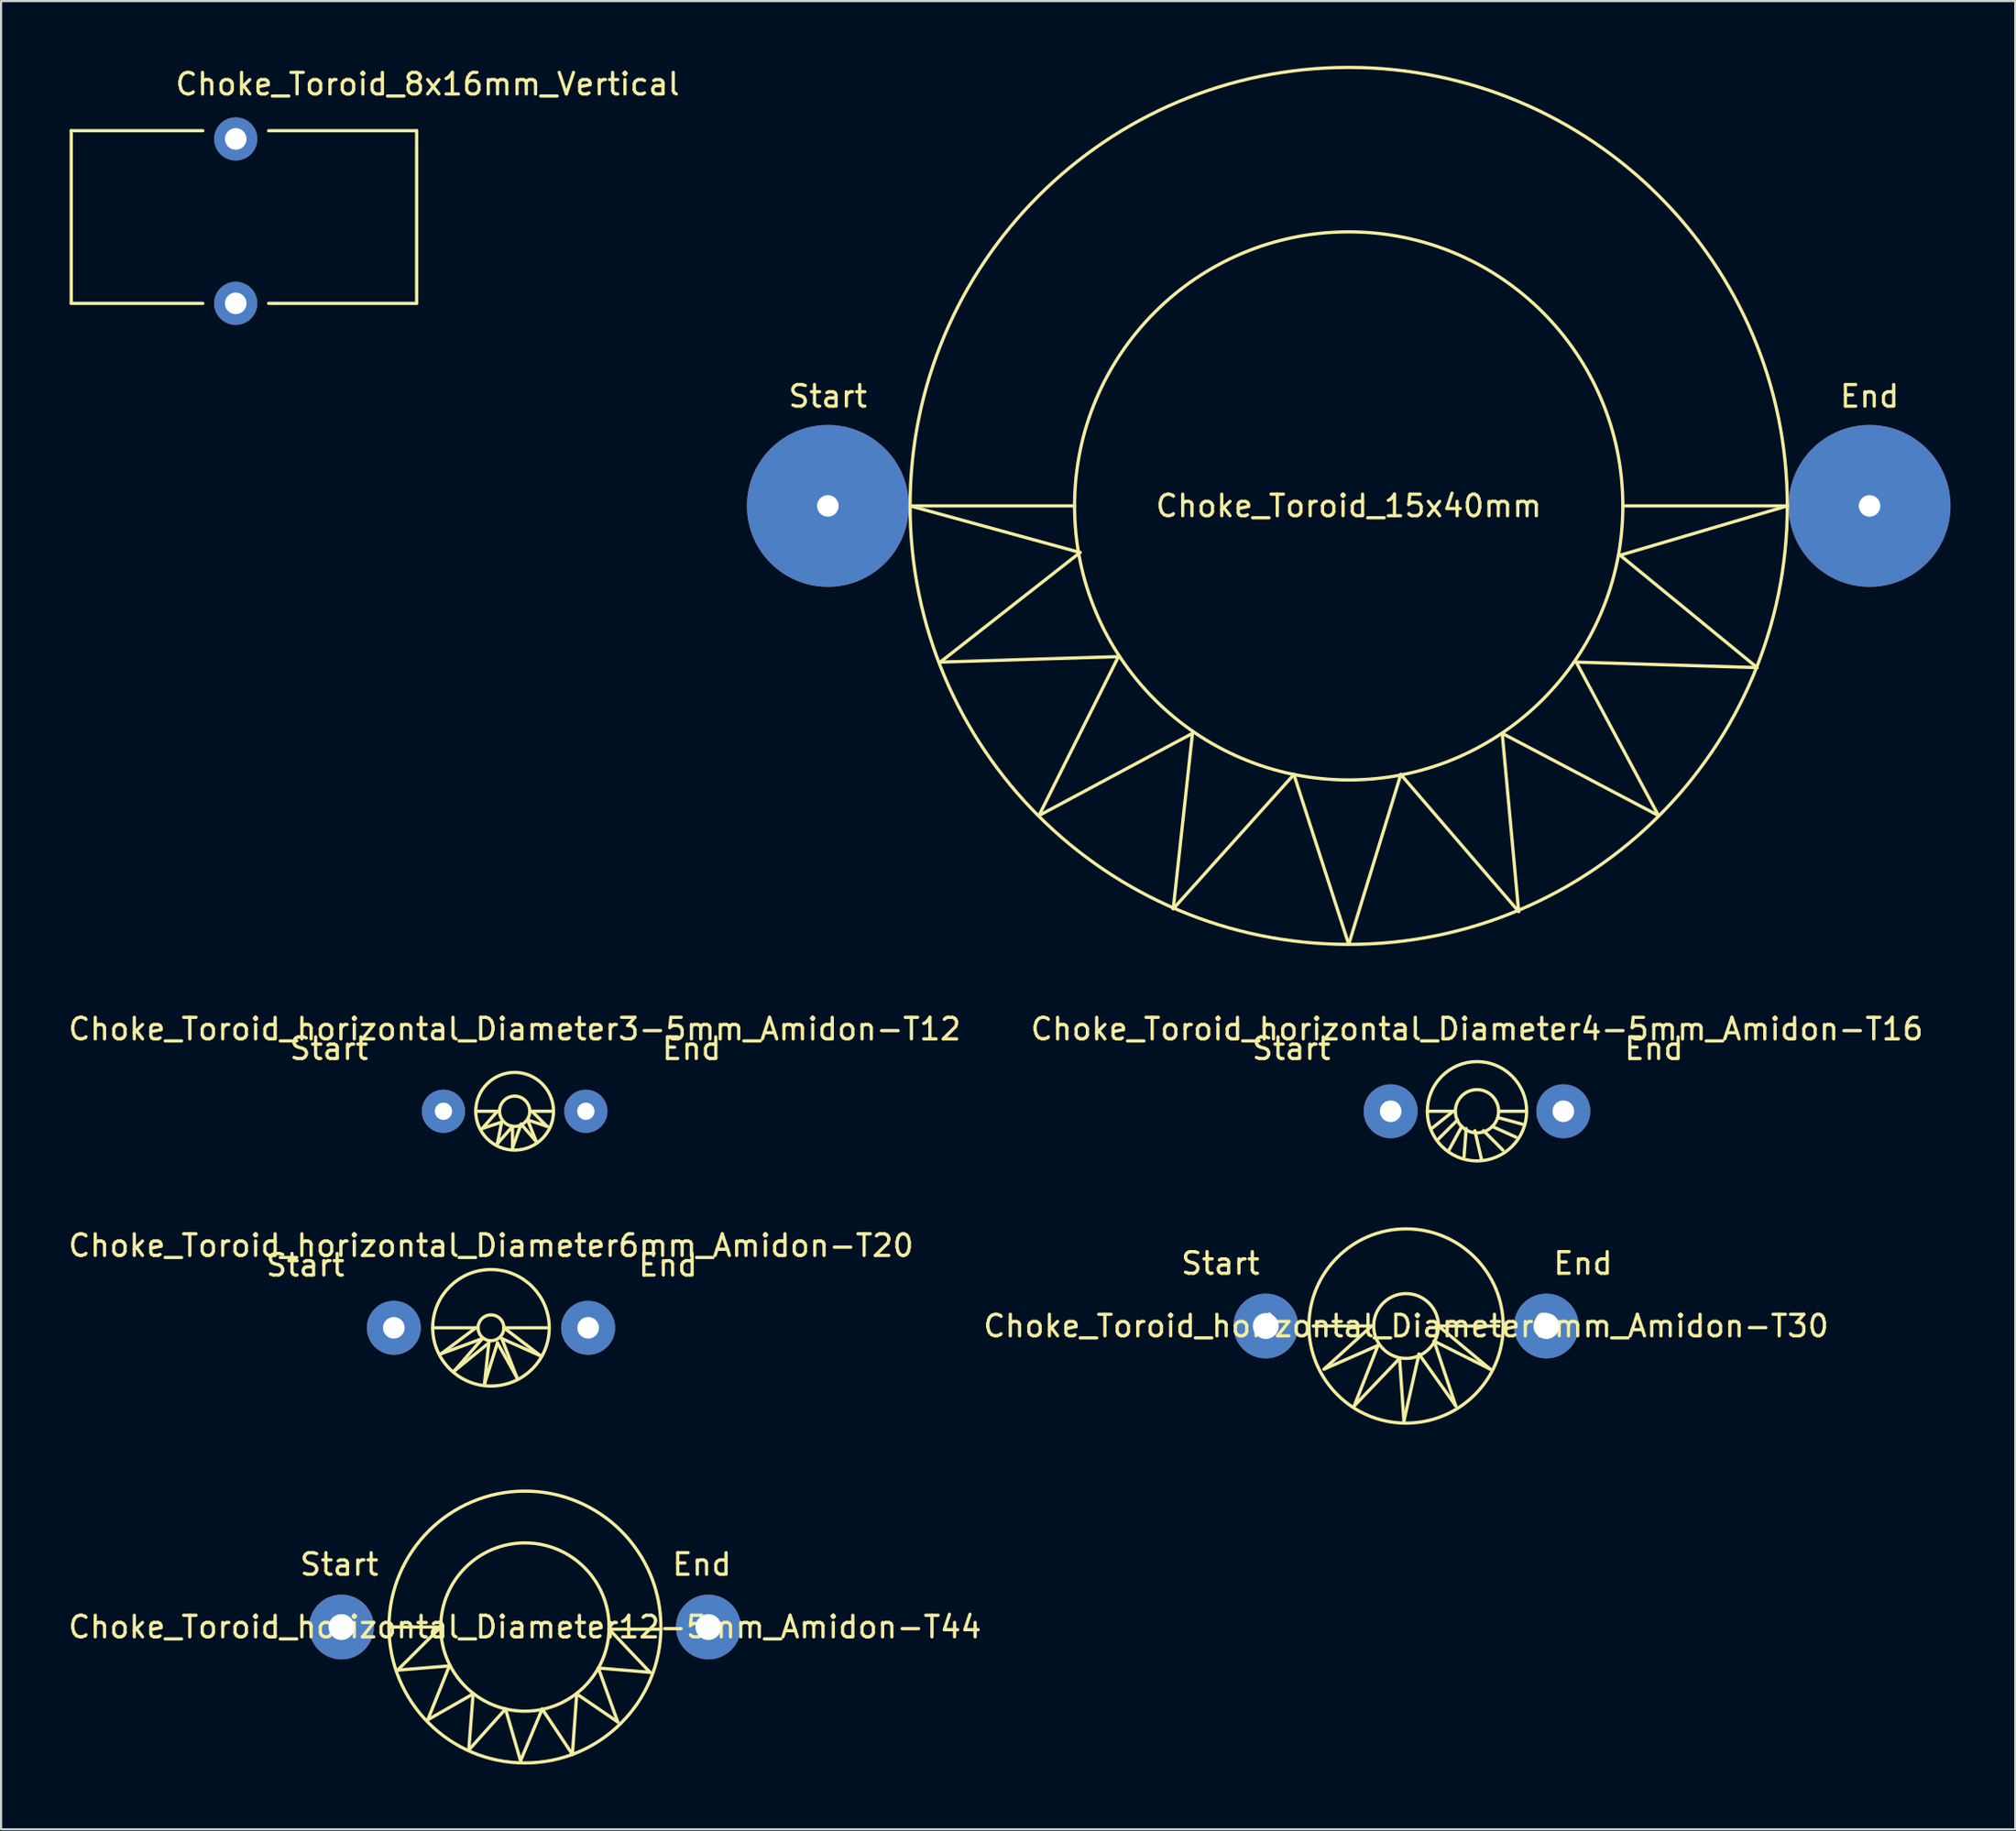
<source format=kicad_pcb>
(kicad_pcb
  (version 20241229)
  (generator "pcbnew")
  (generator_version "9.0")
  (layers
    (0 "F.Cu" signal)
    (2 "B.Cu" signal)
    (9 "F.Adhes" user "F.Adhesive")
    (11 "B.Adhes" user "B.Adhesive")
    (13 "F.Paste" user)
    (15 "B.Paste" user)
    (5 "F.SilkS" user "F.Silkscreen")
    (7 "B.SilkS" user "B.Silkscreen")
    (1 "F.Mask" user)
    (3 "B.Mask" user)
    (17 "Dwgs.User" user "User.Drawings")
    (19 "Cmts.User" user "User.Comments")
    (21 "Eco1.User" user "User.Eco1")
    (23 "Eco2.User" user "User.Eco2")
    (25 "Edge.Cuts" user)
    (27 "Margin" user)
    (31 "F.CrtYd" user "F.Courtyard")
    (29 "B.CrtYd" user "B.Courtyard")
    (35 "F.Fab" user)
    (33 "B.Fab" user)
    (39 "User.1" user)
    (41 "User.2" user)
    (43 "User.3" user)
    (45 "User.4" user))
  (footprint "Choke_Toroid_horizontal_Diameter12-5mm_Amidon-T44"
    (layer "F.Cu")
    (at 21.268 72.35)
    (property "Reference" "Choke_Toroid_horizontal_Diameter12-5mm_Amidon-T44" (at 0 0 0) (layer "F.SilkS") (effects (font (size 1 1) (thickness 0.15))))
    (attr through_hole)
    (fp_line (start -6.2 0) (end -3.899 0) (stroke (width 0.15) (type solid)) (layer "F.SilkS"))
    (fp_line (start -5.9 1.999) (end -3.5 1.801) (stroke (width 0.15) (type solid)) (layer "F.SilkS"))
    (fp_line (start -4.501 4.3) (end -2.4 3.099) (stroke (width 0.15) (type solid)) (layer "F.SilkS"))
    (fp_line (start -3.899 0) (end -5.9 1.999) (stroke (width 0.15) (type solid)) (layer "F.SilkS"))
    (fp_line (start -3.5 1.801) (end -4.501 4.3) (stroke (width 0.15) (type solid)) (layer "F.SilkS"))
    (fp_line (start -2.601 5.7) (end -0.899 3.8) (stroke (width 0.15) (type solid)) (layer "F.SilkS"))
    (fp_line (start -2.4 3.099) (end -2.601 5.7) (stroke (width 0.15) (type solid)) (layer "F.SilkS"))
    (fp_line (start -0.899 3.8) (end -0.201 6.2) (stroke (width 0.15) (type solid)) (layer "F.SilkS"))
    (fp_line (start -0.201 6.2) (end 0.8 3.8) (stroke (width 0.15) (type solid)) (layer "F.SilkS"))
    (fp_line (start 0.8 3.8) (end 2.2 5.9) (stroke (width 0.15) (type solid)) (layer "F.SilkS"))
    (fp_line (start 2.2 5.9) (end 2.4 3.099) (stroke (width 0.15) (type solid)) (layer "F.SilkS"))
    (fp_line (start 2.4 3.099) (end 4.3 4.399) (stroke (width 0.15) (type solid)) (layer "F.SilkS"))
    (fp_line (start 3.401 1.9) (end 5.799 2.101) (stroke (width 0.15) (type solid)) (layer "F.SilkS"))
    (fp_line (start 3.899 0.099) (end 6.299 0.099) (stroke (width 0.15) (type solid)) (layer "F.SilkS"))
    (fp_line (start 4.3 4.399) (end 3.401 1.9) (stroke (width 0.15) (type solid)) (layer "F.SilkS"))
    (fp_line (start 5.799 2.101) (end 3.899 0.099) (stroke (width 0.15) (type solid)) (layer "F.SilkS"))
    (fp_circle (center 0 0) (end 3.899 0) (stroke (width 0.15) (type solid)) (fill no) (layer "F.SilkS"))
    (fp_circle (center 0 0) (end 6.299 0) (stroke (width 0.15) (type solid)) (fill no) (layer "F.SilkS"))
    (fp_text user "End" (at 8.199 -2.901 0) (layer "F.SilkS") (effects (font (size 1 1) (thickness 0.15))))
    (fp_text user "Start" (at -8.6 -2.901 0) (layer "F.SilkS") (effects (font (size 1 1) (thickness 0.15))))
    (pad "1" thru_hole circle (at -8.499 0) (size 3 3) (drill 1.199) (layers "*.Cu" "*.Mask"))
    (pad "2" thru_hole circle (at 8.499 0) (size 3 3) (drill 1.199) (layers "*.Cu" "*.Mask")))
  (footprint "Choke_Toroid_horizontal_Diameter3-5mm_Amidon-T12"
    (layer "F.Cu")
    (at 20.792 48.448)
    (property "Reference" "Choke_Toroid_horizontal_Diameter3-5mm_Amidon-T12" (at 0 -3.81 0) (layer "F.SilkS") (effects (font (size 1 1) (thickness 0.15))))
    (attr through_hole)
    (fp_line (start -1.801 0) (end -0.8 0) (stroke (width 0.15) (type solid)) (layer "F.SilkS"))
    (fp_line (start -1.501 0.8) (end -0.599 0.5) (stroke (width 0.15) (type solid)) (layer "F.SilkS"))
    (fp_line (start -0.8 0) (end -1.501 0.8) (stroke (width 0.15) (type solid)) (layer "F.SilkS"))
    (fp_line (start -0.8 1.501) (end -0.099 0.701) (stroke (width 0.15) (type solid)) (layer "F.SilkS"))
    (fp_line (start -0.599 0.5) (end -0.8 1.501) (stroke (width 0.15) (type solid)) (layer "F.SilkS"))
    (fp_line (start -0.099 0.701) (end -0.099 1.699) (stroke (width 0.15) (type solid)) (layer "F.SilkS"))
    (fp_line (start -0.099 1.699) (end 0.3 0.599) (stroke (width 0.15) (type solid)) (layer "F.SilkS"))
    (fp_line (start 0.3 0.599) (end 1.001 1.4) (stroke (width 0.15) (type solid)) (layer "F.SilkS"))
    (fp_line (start 0.599 0.399) (end 1.501 0.701) (stroke (width 0.15) (type solid)) (layer "F.SilkS"))
    (fp_line (start 0.8 0) (end 1.699 0) (stroke (width 0.15) (type solid)) (layer "F.SilkS"))
    (fp_line (start 1.001 1.4) (end 0.599 0.399) (stroke (width 0.15) (type solid)) (layer "F.SilkS"))
    (fp_line (start 1.501 0.701) (end 0.8 0) (stroke (width 0.15) (type solid)) (layer "F.SilkS"))
    (fp_circle (center 0 0) (end 0.701 0) (stroke (width 0.15) (type solid)) (fill no) (layer "F.SilkS"))
    (fp_circle (center 0 0) (end 1.801 0) (stroke (width 0.15) (type solid)) (fill no) (layer "F.SilkS"))
    (fp_text user "Start" (at -8.6 -2.901 0) (layer "F.SilkS") (effects (font (size 1 1) (thickness 0.15))))
    (fp_text user "End" (at 8.199 -2.901 0) (layer "F.SilkS") (effects (font (size 1 1) (thickness 0.15))))
    (pad "1" thru_hole circle (at -3.299 0) (size 1.999 1.999) (drill 0.8) (layers "*.Cu" "*.Mask"))
    (pad "2" thru_hole circle (at 3.299 0) (size 1.999 1.999) (drill 0.8) (layers "*.Cu" "*.Mask")))
  (footprint "Choke_Toroid_8x16mm_Vertical"
    (layer "F.Cu")
    (at 0.25 11.008)
    (property "Reference" "Choke_Toroid_8x16mm_Vertical" (at 16.51 -10.16 0) (layer "F.SilkS") (effects (font (size 1 1) (thickness 0.15))))
    (attr through_hole)
    (fp_line (start 0 -8.001) (end 0 0) (stroke (width 0.15) (type solid)) (layer "F.SilkS"))
    (fp_line (start 0 0) (end 6.096 0) (stroke (width 0.15) (type solid)) (layer "F.SilkS"))
    (fp_line (start 6.096 -8.001) (end 0 -8.001) (stroke (width 0.15) (type solid)) (layer "F.SilkS"))
    (fp_line (start 16.002 -8.001) (end 9.144 -8.001) (stroke (width 0.15) (type solid)) (layer "F.SilkS"))
    (fp_line (start 16.002 0) (end 9.144 0) (stroke (width 0.15) (type solid)) (layer "F.SilkS"))
    (fp_line (start 16.002 0) (end 16.002 -8.001) (stroke (width 0.15) (type solid)) (layer "F.SilkS"))
    (pad "1" thru_hole circle (at 7.62 0) (size 1.999 1.999) (drill 1.001) (layers "*.Cu" "*.Mask"))
    (pad "2" thru_hole circle (at 7.62 -7.62) (size 1.999 1.999) (drill 1.001) (layers "*.Cu" "*.Mask")))
  (footprint "Choke_Toroid_horizontal_Diameter4-5mm_Amidon-T16"
    (layer "F.Cu")
    (at 65.375 48.448)
    (property "Reference" "Choke_Toroid_horizontal_Diameter4-5mm_Amidon-T16" (at 0 -3.81 0) (layer "F.SilkS") (effects (font (size 1 1) (thickness 0.15))))
    (attr through_hole)
    (fp_line (start -2.301 0) (end -1.1 0) (stroke (width 0.15) (type solid)) (layer "F.SilkS"))
    (fp_line (start -1.1 0) (end -2.101 0.8) (stroke (width 0.15) (type solid)) (layer "F.SilkS"))
    (fp_line (start -0.899 0.399) (end -1.801 1.3) (stroke (width 0.15) (type solid)) (layer "F.SilkS"))
    (fp_line (start -0.701 0.701) (end -1.3 1.801) (stroke (width 0.15) (type solid)) (layer "F.SilkS"))
    (fp_line (start -0.5 0.8) (end -0.599 2.101) (stroke (width 0.15) (type solid)) (layer "F.SilkS"))
    (fp_line (start -0.099 0.899) (end 0.201 2.2) (stroke (width 0.15) (type solid)) (layer "F.SilkS"))
    (fp_line (start 0.3 0.899) (end 1.199 1.801) (stroke (width 0.15) (type solid)) (layer "F.SilkS"))
    (fp_line (start 0.701 0.701) (end 1.801 1.199) (stroke (width 0.15) (type solid)) (layer "F.SilkS"))
    (fp_line (start 1.001 0) (end 2.2 0) (stroke (width 0.15) (type solid)) (layer "F.SilkS"))
    (fp_line (start 1.001 0.3) (end 2.101 0.599) (stroke (width 0.15) (type solid)) (layer "F.SilkS"))
    (fp_circle (center 0 0) (end 1.001 0) (stroke (width 0.15) (type solid)) (fill no) (layer "F.SilkS"))
    (fp_circle (center 0 0) (end 2.301 0) (stroke (width 0.15) (type solid)) (fill no) (layer "F.SilkS"))
    (fp_text user "End" (at 8.199 -2.901 0) (layer "F.SilkS") (effects (font (size 1 1) (thickness 0.15))))
    (fp_text user "Start" (at -8.6 -2.901 0) (layer "F.SilkS") (effects (font (size 1 1) (thickness 0.15))))
    (pad "1" thru_hole circle (at -4 0) (size 2.499 2.499) (drill 1.001) (layers "*.Cu" "*.Mask"))
    (pad "2" thru_hole circle (at 4 0) (size 2.499 2.499) (drill 1.001) (layers "*.Cu" "*.Mask")))
  (footprint "Choke_Toroid_15x40mm"
    (layer "F.Cu")
    (at 59.432 20.395)
    (property "Reference" "Choke_Toroid_15x40mm" (at 0 0 0) (layer "F.SilkS") (effects (font (size 1 1) (thickness 0.15))))
    (attr through_hole)
    (fp_line (start -20.32 0) (end -12.446 2.159) (stroke (width 0.15) (type solid)) (layer "F.SilkS"))
    (fp_line (start -18.923 7.239) (end -10.668 6.985) (stroke (width 0.15) (type solid)) (layer "F.SilkS"))
    (fp_line (start -14.351 14.351) (end -7.239 10.541) (stroke (width 0.15) (type solid)) (layer "F.SilkS"))
    (fp_line (start -12.7 0) (end -20.32 0) (stroke (width 0.15) (type solid)) (layer "F.SilkS"))
    (fp_line (start -12.446 2.159) (end -18.923 7.239) (stroke (width 0.15) (type solid)) (layer "F.SilkS"))
    (fp_line (start -10.668 6.985) (end -14.351 14.351) (stroke (width 0.15) (type solid)) (layer "F.SilkS"))
    (fp_line (start -8.128 18.669) (end -2.54 12.446) (stroke (width 0.15) (type solid)) (layer "F.SilkS"))
    (fp_line (start -7.239 10.541) (end -8.128 18.669) (stroke (width 0.15) (type solid)) (layer "F.SilkS"))
    (fp_line (start -2.54 12.446) (end 0 20.32) (stroke (width 0.15) (type solid)) (layer "F.SilkS"))
    (fp_line (start 0 20.32) (end 2.413 12.446) (stroke (width 0.15) (type solid)) (layer "F.SilkS"))
    (fp_line (start 2.413 12.446) (end 7.874 18.796) (stroke (width 0.15) (type solid)) (layer "F.SilkS"))
    (fp_line (start 7.112 10.541) (end 14.351 14.351) (stroke (width 0.15) (type solid)) (layer "F.SilkS"))
    (fp_line (start 7.874 18.796) (end 7.112 10.541) (stroke (width 0.15) (type solid)) (layer "F.SilkS"))
    (fp_line (start 10.541 7.239) (end 18.923 7.493) (stroke (width 0.15) (type solid)) (layer "F.SilkS"))
    (fp_line (start 12.573 2.286) (end 20.32 0) (stroke (width 0.15) (type solid)) (layer "F.SilkS"))
    (fp_line (start 14.351 14.351) (end 10.541 7.239) (stroke (width 0.15) (type solid)) (layer "F.SilkS"))
    (fp_line (start 18.923 7.493) (end 12.573 2.286) (stroke (width 0.15) (type solid)) (layer "F.SilkS"))
    (fp_line (start 20.32 0) (end 12.7 0) (stroke (width 0.15) (type solid)) (layer "F.SilkS"))
    (fp_circle (center 0 0) (end -20.32 0) (stroke (width 0.15) (type solid)) (fill no) (layer "F.SilkS"))
    (fp_circle (center 0 0) (end -12.7 0) (stroke (width 0.15) (type solid)) (fill no) (layer "F.SilkS"))
    (fp_text user "End" (at 24.13 -5.08 0) (layer "F.SilkS") (effects (font (size 1 1) (thickness 0.15))))
    (fp_text user "Start" (at -24.13 -5.08 0) (layer "F.SilkS") (effects (font (size 1 1) (thickness 0.15))))
    (pad "1" thru_hole circle (at -24.13 0) (size 7.5 7.5) (drill 1) (layers "*.Cu" "*.Mask"))
    (pad "2" thru_hole circle (at 24.13 0) (size 7.5 7.5) (drill 1) (layers "*.Cu" "*.Mask")))
  (footprint "Choke_Toroid_horizontal_Diameter9mm_Amidon-T30"
    (layer "F.Cu")
    (at 62.089 58.4)
    (property "Reference" "Choke_Toroid_horizontal_Diameter9mm_Amidon-T30" (at 0 0 0) (layer "F.SilkS") (effects (font (size 1 1) (thickness 0.15))))
    (attr through_hole)
    (fp_line (start -4.3 0) (end -1.6 0) (stroke (width 0.15) (type solid)) (layer "F.SilkS"))
    (fp_line (start -3.8 1.999) (end -1.3 0.899) (stroke (width 0.15) (type solid)) (layer "F.SilkS"))
    (fp_line (start -2.4 3.701) (end -0.3 1.501) (stroke (width 0.15) (type solid)) (layer "F.SilkS"))
    (fp_line (start -1.6 0) (end -3.8 1.999) (stroke (width 0.15) (type solid)) (layer "F.SilkS"))
    (fp_line (start -1.3 0.899) (end -2.4 3.701) (stroke (width 0.15) (type solid)) (layer "F.SilkS"))
    (fp_line (start -0.3 1.501) (end -0.099 4.399) (stroke (width 0.15) (type solid)) (layer "F.SilkS"))
    (fp_line (start -0.099 4.399) (end 0.599 1.3) (stroke (width 0.15) (type solid)) (layer "F.SilkS"))
    (fp_line (start 0.599 1.3) (end 2.301 3.701) (stroke (width 0.15) (type solid)) (layer "F.SilkS"))
    (fp_line (start 1.3 0.701) (end 3.899 1.999) (stroke (width 0.15) (type solid)) (layer "F.SilkS"))
    (fp_line (start 1.501 0) (end 4.3 0) (stroke (width 0.15) (type solid)) (layer "F.SilkS"))
    (fp_line (start 2.301 3.701) (end 1.3 0.701) (stroke (width 0.15) (type solid)) (layer "F.SilkS"))
    (fp_line (start 3.899 1.999) (end 1.501 0) (stroke (width 0.15) (type solid)) (layer "F.SilkS"))
    (fp_circle (center 0 0) (end 1.501 0) (stroke (width 0.15) (type solid)) (fill no) (layer "F.SilkS"))
    (fp_circle (center 0 0) (end 4.501 0) (stroke (width 0.15) (type solid)) (fill no) (layer "F.SilkS"))
    (fp_text user "End" (at 8.199 -2.901 0) (layer "F.SilkS") (effects (font (size 1 1) (thickness 0.15))))
    (fp_text user "Start" (at -8.6 -2.901 0) (layer "F.SilkS") (effects (font (size 1 1) (thickness 0.15))))
    (pad "1" thru_hole circle (at -6.5 0) (size 3 3) (drill 1.199) (layers "*.Cu" "*.Mask"))
    (pad "2" thru_hole circle (at 6.5 0) (size 3 3) (drill 1.199) (layers "*.Cu" "*.Mask")))
  (footprint "Choke_Toroid_horizontal_Diameter6mm_Amidon-T20"
    (layer "F.Cu")
    (at 19.696 58.483)
    (property "Reference" "Choke_Toroid_horizontal_Diameter6mm_Amidon-T20" (at 0 -3.81 0) (layer "F.SilkS") (effects (font (size 1 1) (thickness 0.15))))
    (attr through_hole)
    (fp_line (start -2.7 0) (end -0.599 0) (stroke (width 0.15) (type solid)) (layer "F.SilkS"))
    (fp_line (start -2.301 1.199) (end -0.399 0.5) (stroke (width 0.15) (type solid)) (layer "F.SilkS"))
    (fp_line (start -1.699 1.999) (end -0.099 0.701) (stroke (width 0.15) (type solid)) (layer "F.SilkS"))
    (fp_line (start -0.701 0) (end -2.301 1.199) (stroke (width 0.15) (type solid)) (layer "F.SilkS"))
    (fp_line (start -0.399 0.5) (end -1.699 1.999) (stroke (width 0.15) (type solid)) (layer "F.SilkS"))
    (fp_line (start -0.3 2.601) (end 0.3 0.701) (stroke (width 0.15) (type solid)) (layer "F.SilkS"))
    (fp_line (start -0.099 0.701) (end -0.3 2.601) (stroke (width 0.15) (type solid)) (layer "F.SilkS"))
    (fp_line (start 0.3 0.701) (end 1.199 2.301) (stroke (width 0.15) (type solid)) (layer "F.SilkS"))
    (fp_line (start 0.5 0.5) (end 2.301 1.3) (stroke (width 0.15) (type solid)) (layer "F.SilkS"))
    (fp_line (start 0.599 0) (end 2.601 0) (stroke (width 0.15) (type solid)) (layer "F.SilkS"))
    (fp_line (start 1.199 2.301) (end 0.5 0.5) (stroke (width 0.15) (type solid)) (layer "F.SilkS"))
    (fp_line (start 2.301 1.3) (end 0.599 0) (stroke (width 0.15) (type solid)) (layer "F.SilkS"))
    (fp_circle (center 0 0) (end 0.599 0) (stroke (width 0.15) (type solid)) (fill no) (layer "F.SilkS"))
    (fp_circle (center 0 0) (end 2.7 0) (stroke (width 0.15) (type solid)) (fill no) (layer "F.SilkS"))
    (fp_text user "End" (at 8.199 -2.901 0) (layer "F.SilkS") (effects (font (size 1 1) (thickness 0.15))))
    (fp_text user "Start" (at -8.6 -2.901 0) (layer "F.SilkS") (effects (font (size 1 1) (thickness 0.15))))
    (pad "1" thru_hole circle (at -4.501 0) (size 2.499 2.499) (drill 1.001) (layers "*.Cu" "*.Mask"))
    (pad "2" thru_hole circle (at 4.501 0) (size 2.499 2.499) (drill 1.001) (layers "*.Cu" "*.Mask")))
  (gr_rect
    (start -3 -3)
    (end 90.312 81.725)
    (stroke (width 0.1) (type default))
    (fill no)
    (layer "Edge.Cuts")))
</source>
